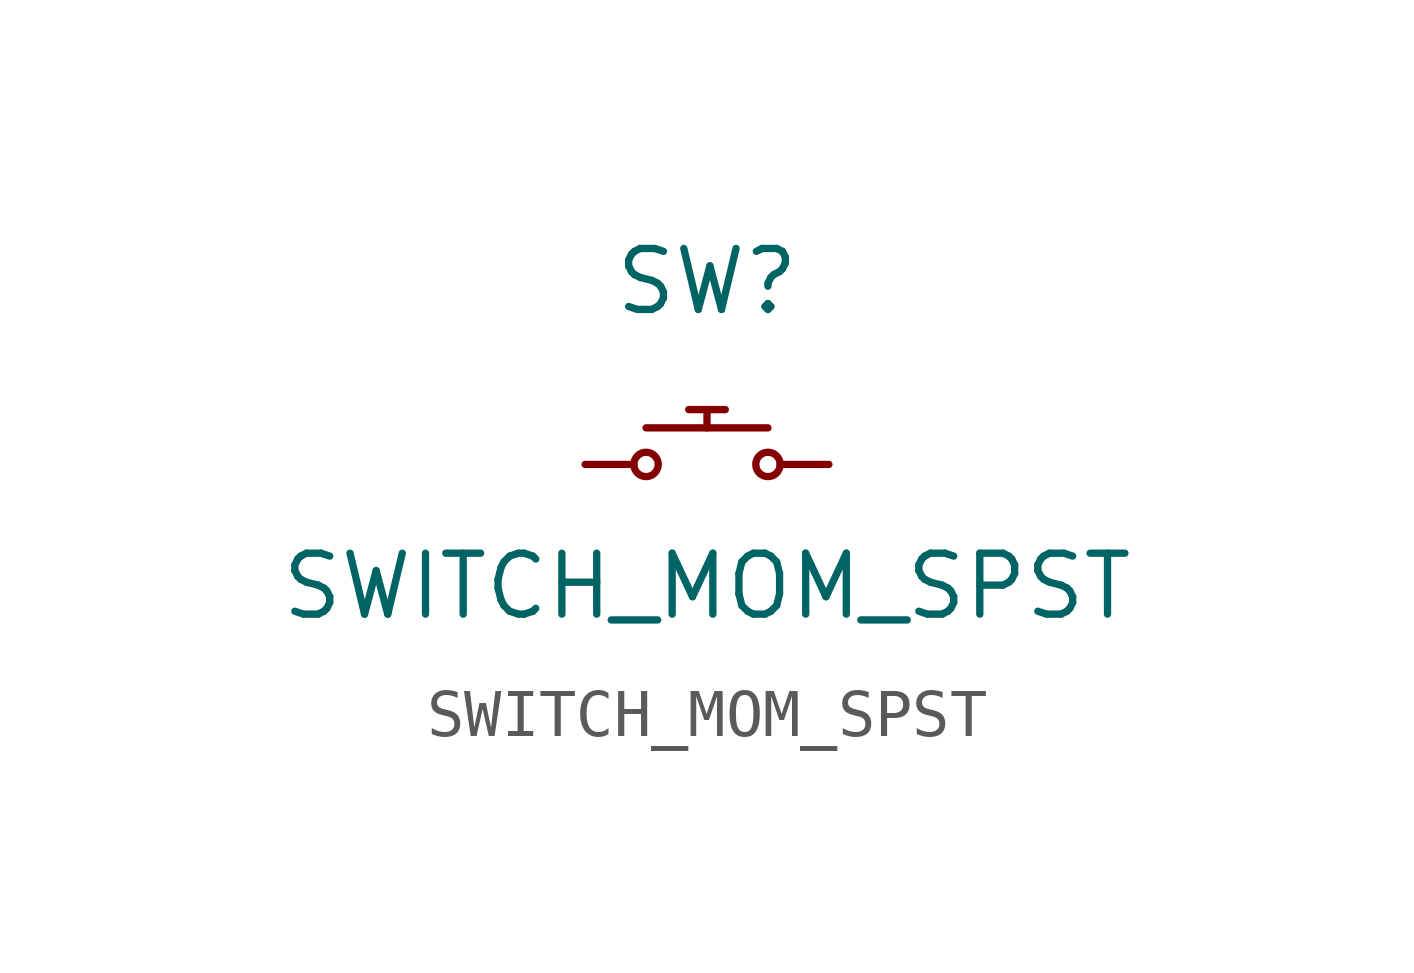
<source format=kicad_sym>
(kicad_symbol_lib
  (version 20220914)
  (generator kicad_symbol_editor)
  (symbol "SWITCH_MOM_SPST"
    (pin_numbers hide)
    (pin_names hide)
    (property "Reference" "SW"
      (at 0 3.81 0)
      (effects (font (size 1.27 1.27))))
    (property "Value" "SWITCH_MOM_SPST"
      (at 0 -2.54 0)
      (effects (font (size 1.27 1.27))))
    (symbol "SWITCH_MOM_SPST_0_1"
      (polyline (pts (xy -1.27 0.762) (xy 1.27 0.762)) (stroke (width 0) (type default)) (fill (type none)))
      (polyline (pts (xy -0.381 1.143) (xy 0.381 1.143)) (stroke (width 0) (type default)) (fill (type none)))
      (polyline (pts (xy 0 0.762) (xy 0 1.143)) (stroke (width 0) (type default)) (fill (type none))))
    (symbol "SWITCH_MOM_SPST_1_1"
      (circle (center -1.27 0) (radius 0.254) (stroke (width 0) (type default)) (fill (type none)))
      (circle (center 1.27 0) (radius 0.254) (stroke (width 0) (type default)) (fill (type none)))
      (pin passive line (at -2.54 0 0) (length 1.016) (name "" (effects (font (size 1.27 1.27)))) (number "1" (effects (font (size 1.27 1.27)))))
      (pin passive line (at 2.54 0 180) (length 1.016) (name "" (effects (font (size 1.27 1.27)))) (number "2" (effects (font (size 1.27 1.27))))))))
</source>
